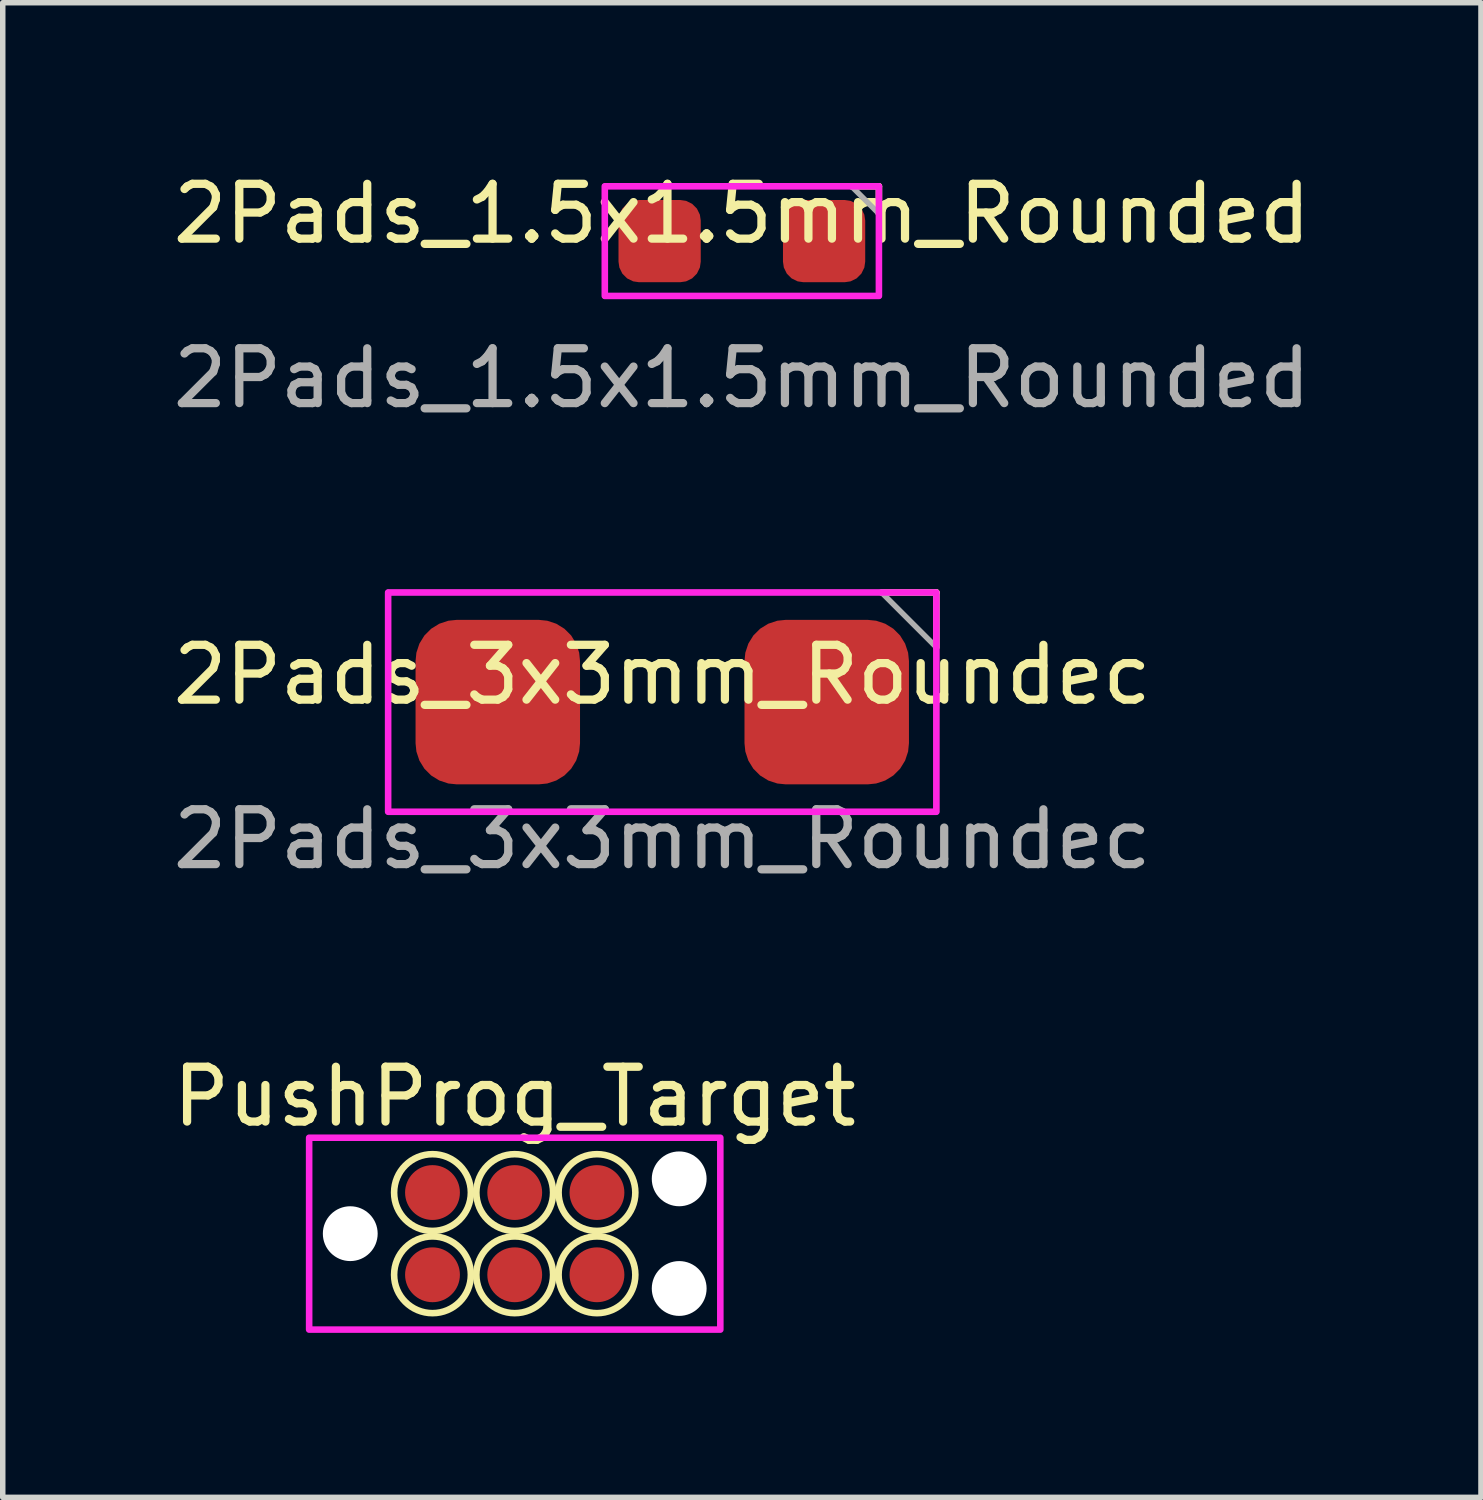
<source format=kicad_pcb>
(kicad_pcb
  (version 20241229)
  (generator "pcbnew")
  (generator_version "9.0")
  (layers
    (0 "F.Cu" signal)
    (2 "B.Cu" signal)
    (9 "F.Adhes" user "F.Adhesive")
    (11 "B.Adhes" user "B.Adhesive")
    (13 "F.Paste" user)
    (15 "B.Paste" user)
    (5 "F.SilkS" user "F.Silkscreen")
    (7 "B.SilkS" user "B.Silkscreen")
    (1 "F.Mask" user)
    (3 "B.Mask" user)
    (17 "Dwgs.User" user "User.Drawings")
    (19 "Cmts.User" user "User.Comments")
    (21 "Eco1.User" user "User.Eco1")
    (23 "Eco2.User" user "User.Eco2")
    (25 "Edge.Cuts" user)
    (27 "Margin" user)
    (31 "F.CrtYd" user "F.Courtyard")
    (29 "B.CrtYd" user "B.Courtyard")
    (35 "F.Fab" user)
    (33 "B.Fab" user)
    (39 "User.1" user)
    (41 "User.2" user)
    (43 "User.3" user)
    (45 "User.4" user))
  (footprint "2Pads_1.5x1.5mm_Rounded"
    (layer "F.Cu")
    (at 10.482 1.348)
    (property "Reference" "2Pads_1.5x1.5mm_Rounded" (at 0 -0.5 0) (unlocked yes) (layer "F.SilkS") (effects (font (size 1 1) (thickness 0.15))))
    (attr smd)
    (fp_line (start 2 -1) (end 2.5 -1) (stroke (width 0.12) (type solid)) (layer "F.SilkS"))
    (fp_line (start 2.5 -1) (end 2.5 -0.5) (stroke (width 0.12) (type solid)) (layer "F.SilkS"))
    (fp_rect (start -2.5 -1) (end 2.5 1) (stroke (width 0.12) (type solid)) (fill no) (layer "F.CrtYd"))
    (fp_line (start -2.5 -1) (end 2 -1) (stroke (width 0.1) (type solid)) (layer "F.Fab"))
    (fp_line (start -2.5 1) (end -2.5 -1) (stroke (width 0.1) (type solid)) (layer "F.Fab"))
    (fp_line (start 2 -1) (end 2.5 -0.5) (stroke (width 0.1) (type solid)) (layer "F.Fab"))
    (fp_line (start 2.5 -0.5) (end 2.5 1) (stroke (width 0.1) (type solid)) (layer "F.Fab"))
    (fp_line (start 2.5 1) (end -2.5 1) (stroke (width 0.1) (type solid)) (layer "F.Fab"))
    (fp_text user "${REFERENCE}" (at 0 2.5 0) (unlocked yes) (layer "F.Fab") (effects (font (size 1 1) (thickness 0.15))))
    (pad "1" smd roundrect (at 1.5 0) (size 1.5 1.5) (layers "F.Cu" "F.Mask" "F.Paste") (roundrect_rratio 0.25))
    (pad "2" smd roundrect (at -1.5 0) (size 1.5 1.5) (layers "F.Cu" "F.Mask" "F.Paste") (roundrect_rratio 0.25)))
  (footprint "PushProg_Target"
    (layer "F.Cu")
    (at 6.339 19.453)
    (property "Reference" "PushProg_Target" (at 0 -2.5 0) (unlocked yes) (layer "F.SilkS") (effects (font (size 1 1) (thickness 0.15))))
    (attr smd)
    (fp_circle (center -1.5 -0.75) (end -1.5 -0.05) (stroke (width 0.12) (type solid)) (fill no) (layer "F.SilkS"))
    (fp_circle (center -1.5 0.75) (end -1.5 1.45) (stroke (width 0.12) (type solid)) (fill no) (layer "F.SilkS"))
    (fp_circle (center 0 -0.75) (end 0 -0.05) (stroke (width 0.12) (type solid)) (fill no) (layer "F.SilkS"))
    (fp_circle (center 0 0.75) (end 0 1.45) (stroke (width 0.12) (type solid)) (fill no) (layer "F.SilkS"))
    (fp_circle (center 1.5 -0.75) (end 1.5 -0.05) (stroke (width 0.12) (type solid)) (fill no) (layer "F.SilkS"))
    (fp_circle (center 1.5 0.75) (end 1.5 1.45) (stroke (width 0.12) (type solid)) (fill no) (layer "F.SilkS"))
    (fp_rect (start -3.75 -1.75) (end 3.75 1.75) (stroke (width 0.12) (type solid)) (fill no) (layer "F.CrtYd"))
    (pad "" np_thru_hole circle (at -3 0) (size 1 1) (drill 1.1) (layers "*.Cu" "*.Mask"))
    (pad "" np_thru_hole circle (at 3 -1) (size 1 1) (drill 1.1) (layers "*.Cu" "*.Mask"))
    (pad "" np_thru_hole circle (at 3 1) (size 1 1) (drill 1.1) (layers "*.Cu" "*.Mask"))
    (pad "1" smd circle (at -1.5 -0.75) (size 1 1) (layers "F.Cu" "F.Mask"))
    (pad "2" smd circle (at 0 0.75) (size 1 1) (layers "F.Cu" "F.Mask"))
    (pad "3" smd circle (at 1.5 -0.75) (size 1 1) (layers "F.Cu" "F.Mask"))
    (pad "4" smd circle (at -1.5 0.75) (size 1 1) (layers "F.Cu" "F.Mask"))
    (pad "6" smd circle (at 1.5 0.75) (size 1 1) (layers "F.Cu" "F.Mask"))
    (pad "10" smd circle (at 0 -0.75) (size 1 1) (layers "F.Cu" "F.Mask")))
  (footprint "2Pads_3x3mm_Roundec"
    (layer "F.Cu")
    (at 9.03 9.757)
    (property "Reference" "2Pads_3x3mm_Roundec" (at 0 -0.5 0) (unlocked yes) (layer "F.SilkS") (effects (font (size 1 1) (thickness 0.15))))
    (attr smd)
    (fp_line (start 4 -2) (end 5 -2) (stroke (width 0.12) (type solid)) (layer "F.SilkS"))
    (fp_line (start 5 -2) (end 5 -1) (stroke (width 0.12) (type solid)) (layer "F.SilkS"))
    (fp_rect (start -5 -2) (end 5 2) (stroke (width 0.12) (type solid)) (fill no) (layer "F.CrtYd"))
    (fp_line (start -5 -2) (end 4 -2) (stroke (width 0.1) (type solid)) (layer "F.Fab"))
    (fp_line (start -5 2) (end -5 -2) (stroke (width 0.1) (type solid)) (layer "F.Fab"))
    (fp_line (start -5 2) (end 5 2) (stroke (width 0.1) (type solid)) (layer "F.Fab"))
    (fp_line (start 4 -2) (end 5 -1) (stroke (width 0.1) (type solid)) (layer "F.Fab"))
    (fp_line (start 5 -1) (end 5 2) (stroke (width 0.1) (type solid)) (layer "F.Fab"))
    (fp_text user "${REFERENCE}" (at 0 2.5 0) (unlocked yes) (layer "F.Fab") (effects (font (size 1 1) (thickness 0.15))))
    (pad "1" smd roundrect (at 3 0) (size 3 3) (layers "F.Cu" "F.Mask" "F.Paste") (roundrect_rratio 0.25))
    (pad "2" smd roundrect (at -3 0) (size 3 3) (layers "F.Cu" "F.Mask" "F.Paste") (roundrect_rratio 0.25)))
  (gr_rect
    (start -3 -3)
    (end 23.964 24.263)
    (stroke (width 0.1) (type default))
    (fill no)
    (layer "Edge.Cuts")))
</source>
